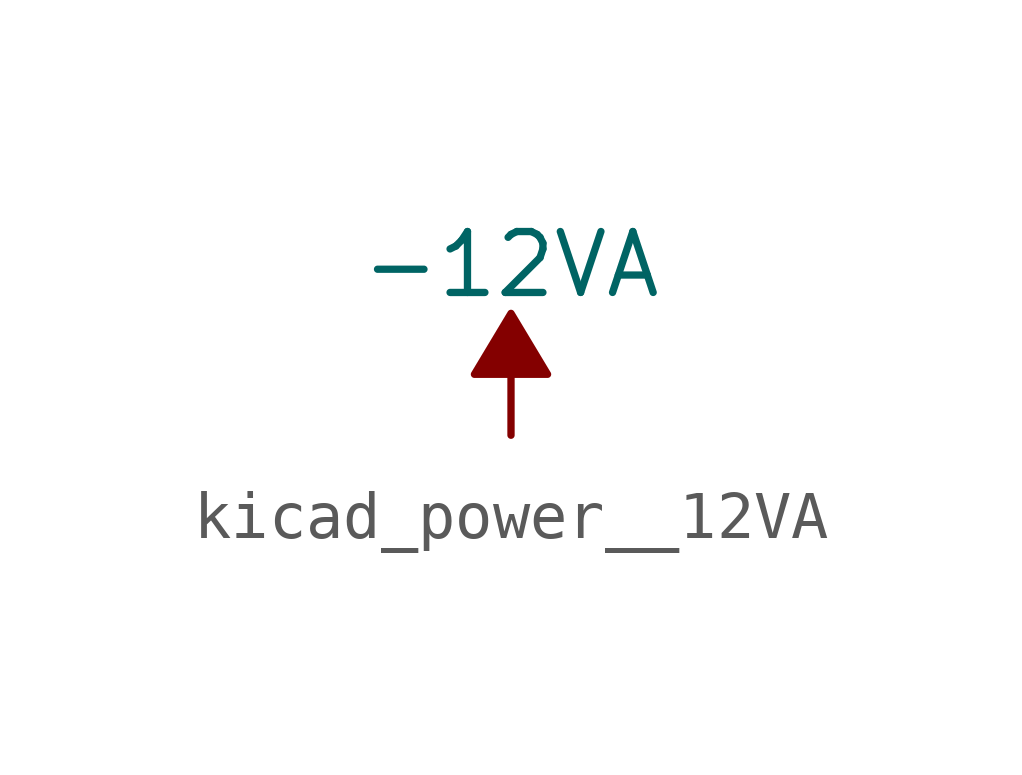
<source format=kicad_sym>
(kicad_symbol_lib
  (version 20220914)
  (generator kicad_symbol_editor)
  (symbol "kicad_power__12VA"
    (power)
    (pin_names
      (offset 0))
    (property "Reference" "#PWR"
      (at 0 -3.81 0)
      (effects (font (size 1.27 1.27)) hide))
    (property "Value" "-12VA"
      (at 0 3.556 0)
      (effects (font (size 1.27 1.27))))
    (symbol "kicad_power__12VA_0_0"
      (pin power_in line (at 0 0 90) (length 0) hide (name "-12VA" (effects (font (size 1.27 1.27)))) (number "1" (effects (font (size 1.27 1.27))))))
    (symbol "kicad_power__12VA_0_1"
      (polyline (pts (xy 0 0) (xy 0 1.27) (xy 0.762 1.27) (xy 0 2.54) (xy -0.762 1.27) (xy 0 1.27)) (stroke (width 0) (type default)) (fill (type outline))))))
</source>
